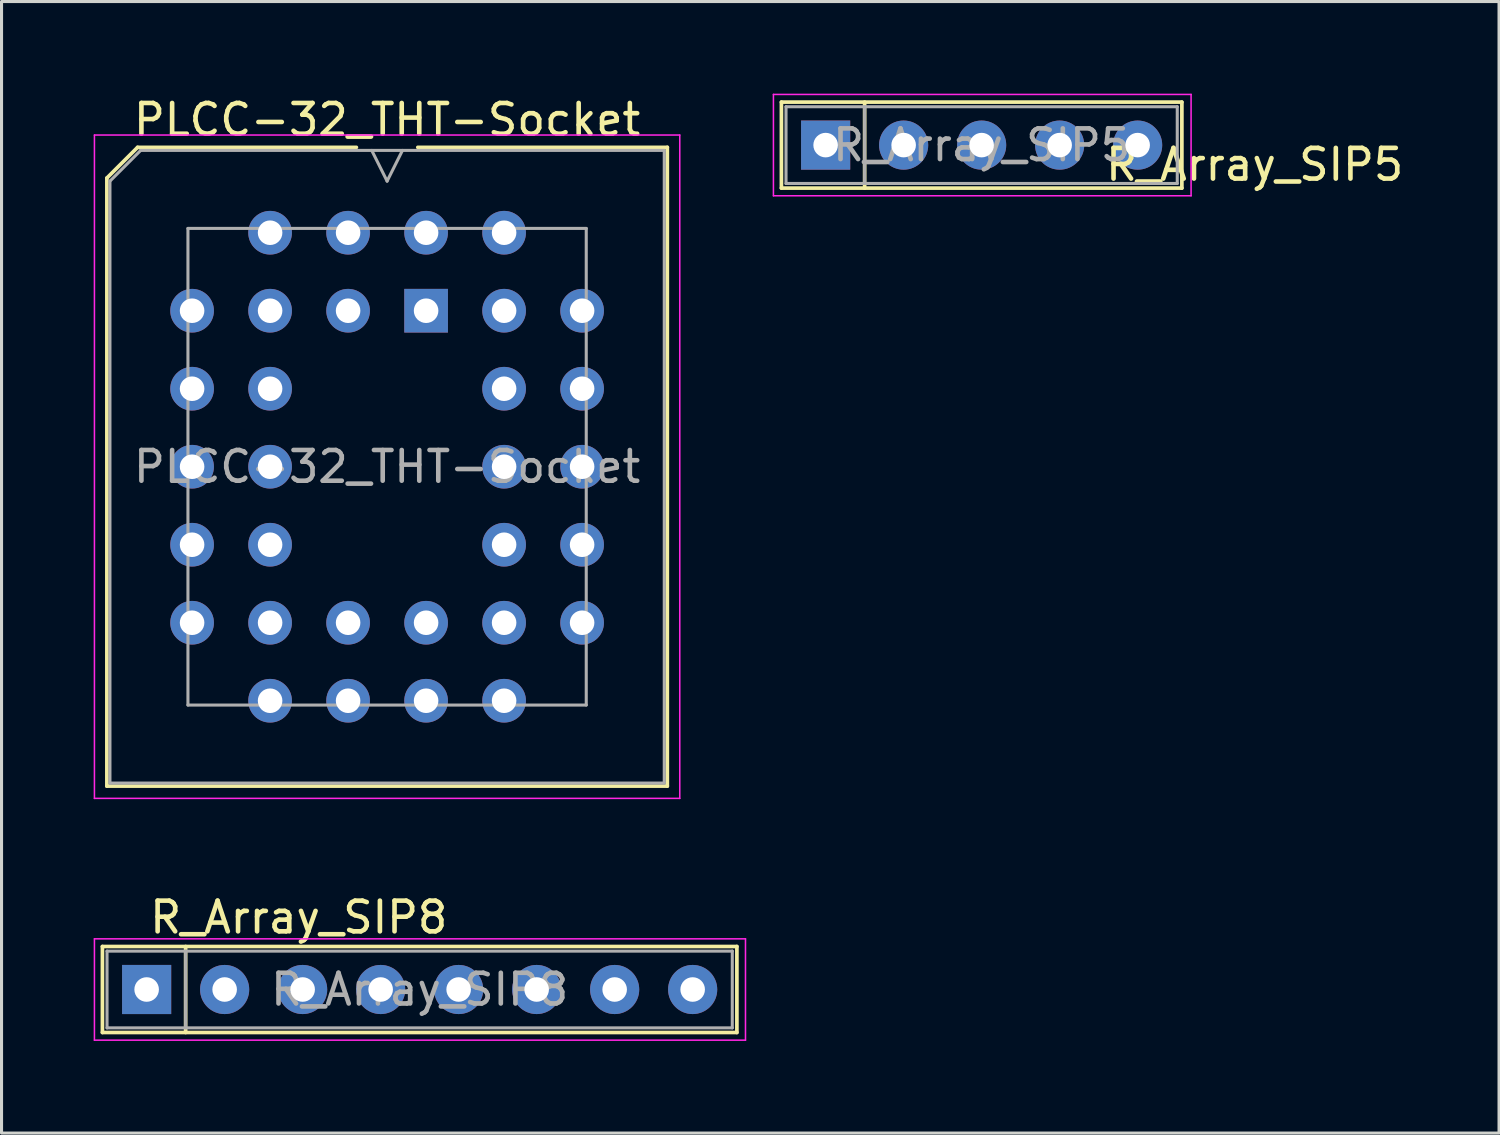
<source format=kicad_pcb>
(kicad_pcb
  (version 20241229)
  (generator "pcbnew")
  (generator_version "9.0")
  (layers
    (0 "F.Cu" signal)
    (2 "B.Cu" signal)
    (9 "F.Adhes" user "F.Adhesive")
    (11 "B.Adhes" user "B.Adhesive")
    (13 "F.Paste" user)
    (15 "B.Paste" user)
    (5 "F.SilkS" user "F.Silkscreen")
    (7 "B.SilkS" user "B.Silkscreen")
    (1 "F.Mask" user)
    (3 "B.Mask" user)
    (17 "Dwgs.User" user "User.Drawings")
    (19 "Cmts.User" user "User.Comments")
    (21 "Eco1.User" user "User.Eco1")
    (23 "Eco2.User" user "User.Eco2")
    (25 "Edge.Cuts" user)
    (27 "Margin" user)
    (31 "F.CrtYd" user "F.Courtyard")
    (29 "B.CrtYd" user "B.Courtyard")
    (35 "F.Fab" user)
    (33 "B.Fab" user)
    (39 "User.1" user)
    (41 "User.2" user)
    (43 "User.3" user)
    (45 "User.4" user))
  (footprint "R_Array_SIP8"
    (layer "F.Cu")
    (at 1.725 29.171)
    (property "Reference" "R_Array_SIP8" (at 4.953 -2.349 0) (layer "F.SilkS") (effects (font (size 1 1) (thickness 0.15))))
    (attr through_hole)
    (fp_line (start -1.44 -1.4) (end -1.44 1.4) (stroke (width 0.12) (type solid)) (layer "F.SilkS"))
    (fp_line (start -1.44 1.4) (end 19.22 1.4) (stroke (width 0.12) (type solid)) (layer "F.SilkS"))
    (fp_line (start 1.27 -1.4) (end 1.27 1.4) (stroke (width 0.12) (type solid)) (layer "F.SilkS"))
    (fp_line (start 19.22 -1.4) (end -1.44 -1.4) (stroke (width 0.12) (type solid)) (layer "F.SilkS"))
    (fp_line (start 19.22 1.4) (end 19.22 -1.4) (stroke (width 0.12) (type solid)) (layer "F.SilkS"))
    (fp_line (start -1.7 -1.65) (end -1.7 1.65) (stroke (width 0.05) (type solid)) (layer "F.CrtYd"))
    (fp_line (start -1.7 1.65) (end 19.5 1.65) (stroke (width 0.05) (type solid)) (layer "F.CrtYd"))
    (fp_line (start 19.5 -1.65) (end -1.7 -1.65) (stroke (width 0.05) (type solid)) (layer "F.CrtYd"))
    (fp_line (start 19.5 1.65) (end 19.5 -1.65) (stroke (width 0.05) (type solid)) (layer "F.CrtYd"))
    (fp_line (start -1.29 -1.25) (end -1.29 1.25) (stroke (width 0.1) (type solid)) (layer "F.Fab"))
    (fp_line (start -1.29 1.25) (end 19.07 1.25) (stroke (width 0.1) (type solid)) (layer "F.Fab"))
    (fp_line (start 1.27 -1.25) (end 1.27 1.25) (stroke (width 0.1) (type solid)) (layer "F.Fab"))
    (fp_line (start 19.07 -1.25) (end -1.29 -1.25) (stroke (width 0.1) (type solid)) (layer "F.Fab"))
    (fp_line (start 19.07 1.25) (end 19.07 -1.25) (stroke (width 0.1) (type solid)) (layer "F.Fab"))
    (fp_text user "${REFERENCE}" (at 8.89 0 0) (layer "F.Fab") (effects (font (size 1 1) (thickness 0.15))))
    (pad "1" thru_hole rect (at 0 0) (size 1.6 1.6) (drill 0.8) (layers "*.Cu" "*.Mask"))
    (pad "2" thru_hole oval (at 2.54 0) (size 1.6 1.6) (drill 0.8) (layers "*.Cu" "*.Mask"))
    (pad "3" thru_hole oval (at 5.08 0) (size 1.6 1.6) (drill 0.8) (layers "*.Cu" "*.Mask"))
    (pad "4" thru_hole oval (at 7.62 0) (size 1.6 1.6) (drill 0.8) (layers "*.Cu" "*.Mask"))
    (pad "5" thru_hole oval (at 10.16 0) (size 1.6 1.6) (drill 0.8) (layers "*.Cu" "*.Mask"))
    (pad "6" thru_hole oval (at 12.7 0) (size 1.6 1.6) (drill 0.8) (layers "*.Cu" "*.Mask"))
    (pad "7" thru_hole oval (at 15.24 0) (size 1.6 1.6) (drill 0.8) (layers "*.Cu" "*.Mask"))
    (pad "8" thru_hole oval (at 17.78 0) (size 1.6 1.6) (drill 0.8) (layers "*.Cu" "*.Mask")))
  (footprint "PLCC-32_THT-Socket"
    (layer "F.Cu")
    (at 10.825 7.068)
    (property "Reference" "PLCC-32_THT-Socket" (at -1.27 -6.22 0) (layer "F.SilkS") (effects (font (size 1 1) (thickness 0.15))))
    (attr through_hole)
    (fp_line (start -10.395 -4.32) (end -10.395 15.48) (stroke (width 0.12) (type solid)) (layer "F.SilkS"))
    (fp_line (start -10.395 15.48) (end 7.855 15.48) (stroke (width 0.12) (type solid)) (layer "F.SilkS"))
    (fp_line (start -9.395 -5.32) (end -10.395 -4.32) (stroke (width 0.12) (type solid)) (layer "F.SilkS"))
    (fp_line (start -2.27 -5.32) (end -9.395 -5.32) (stroke (width 0.12) (type solid)) (layer "F.SilkS"))
    (fp_line (start 7.855 -5.32) (end -0.27 -5.32) (stroke (width 0.12) (type solid)) (layer "F.SilkS"))
    (fp_line (start 7.855 15.48) (end 7.855 -5.32) (stroke (width 0.12) (type solid)) (layer "F.SilkS"))
    (fp_line (start -10.8 -5.72) (end -10.8 15.88) (stroke (width 0.05) (type solid)) (layer "F.CrtYd"))
    (fp_line (start -10.8 15.88) (end 8.26 15.88) (stroke (width 0.05) (type solid)) (layer "F.CrtYd"))
    (fp_line (start 8.26 -5.72) (end -10.8 -5.72) (stroke (width 0.05) (type solid)) (layer "F.CrtYd"))
    (fp_line (start 8.26 15.88) (end 8.26 -5.72) (stroke (width 0.05) (type solid)) (layer "F.CrtYd"))
    (fp_line (start -10.295 -4.22) (end -10.295 15.38) (stroke (width 0.1) (type solid)) (layer "F.Fab"))
    (fp_line (start -10.295 15.38) (end 7.755 15.38) (stroke (width 0.1) (type solid)) (layer "F.Fab"))
    (fp_line (start -9.295 -5.22) (end -10.295 -4.22) (stroke (width 0.1) (type solid)) (layer "F.Fab"))
    (fp_line (start -7.755 -2.68) (end -7.755 12.84) (stroke (width 0.1) (type solid)) (layer "F.Fab"))
    (fp_line (start -7.755 12.84) (end 5.215 12.84) (stroke (width 0.1) (type solid)) (layer "F.Fab"))
    (fp_line (start -1.77 -5.22) (end -1.27 -4.22) (stroke (width 0.1) (type solid)) (layer "F.Fab"))
    (fp_line (start -1.27 -4.22) (end -0.77 -5.22) (stroke (width 0.1) (type solid)) (layer "F.Fab"))
    (fp_line (start 5.215 -2.68) (end -7.755 -2.68) (stroke (width 0.1) (type solid)) (layer "F.Fab"))
    (fp_line (start 5.215 12.84) (end 5.215 -2.68) (stroke (width 0.1) (type solid)) (layer "F.Fab"))
    (fp_line (start 7.755 -5.22) (end -9.295 -5.22) (stroke (width 0.1) (type solid)) (layer "F.Fab"))
    (fp_line (start 7.755 15.38) (end 7.755 -5.22) (stroke (width 0.1) (type solid)) (layer "F.Fab"))
    (fp_text user "${REFERENCE}" (at -1.27 5.08 0) (layer "F.Fab") (effects (font (size 1 1) (thickness 0.15))))
    (pad "1" thru_hole rect (at 0 0) (size 1.422 1.422) (drill 0.8) (layers "*.Cu" "*.Mask"))
    (pad "2" thru_hole circle (at -2.54 -2.54) (size 1.422 1.422) (drill 0.8) (layers "*.Cu" "*.Mask"))
    (pad "3" thru_hole circle (at -2.54 0) (size 1.422 1.422) (drill 0.8) (layers "*.Cu" "*.Mask"))
    (pad "4" thru_hole circle (at -5.08 -2.54) (size 1.422 1.422) (drill 0.8) (layers "*.Cu" "*.Mask"))
    (pad "5" thru_hole circle (at -7.62 0) (size 1.422 1.422) (drill 0.8) (layers "*.Cu" "*.Mask"))
    (pad "6" thru_hole circle (at -5.08 0) (size 1.422 1.422) (drill 0.8) (layers "*.Cu" "*.Mask"))
    (pad "7" thru_hole circle (at -7.62 2.54) (size 1.422 1.422) (drill 0.8) (layers "*.Cu" "*.Mask"))
    (pad "8" thru_hole circle (at -5.08 2.54) (size 1.422 1.422) (drill 0.8) (layers "*.Cu" "*.Mask"))
    (pad "9" thru_hole circle (at -7.62 5.08) (size 1.422 1.422) (drill 0.8) (layers "*.Cu" "*.Mask"))
    (pad "10" thru_hole circle (at -5.08 5.08) (size 1.422 1.422) (drill 0.8) (layers "*.Cu" "*.Mask"))
    (pad "11" thru_hole circle (at -7.62 7.62) (size 1.422 1.422) (drill 0.8) (layers "*.Cu" "*.Mask"))
    (pad "12" thru_hole circle (at -5.08 7.62) (size 1.422 1.422) (drill 0.8) (layers "*.Cu" "*.Mask"))
    (pad "13" thru_hole circle (at -7.62 10.16) (size 1.422 1.422) (drill 0.8) (layers "*.Cu" "*.Mask"))
    (pad "14" thru_hole circle (at -5.08 12.7) (size 1.422 1.422) (drill 0.8) (layers "*.Cu" "*.Mask"))
    (pad "15" thru_hole circle (at -5.08 10.16) (size 1.422 1.422) (drill 0.8) (layers "*.Cu" "*.Mask"))
    (pad "16" thru_hole circle (at -2.54 12.7) (size 1.422 1.422) (drill 0.8) (layers "*.Cu" "*.Mask"))
    (pad "17" thru_hole circle (at -2.54 10.16) (size 1.422 1.422) (drill 0.8) (layers "*.Cu" "*.Mask"))
    (pad "18" thru_hole circle (at 0 12.7) (size 1.422 1.422) (drill 0.8) (layers "*.Cu" "*.Mask"))
    (pad "19" thru_hole circle (at 0 10.16) (size 1.422 1.422) (drill 0.8) (layers "*.Cu" "*.Mask"))
    (pad "20" thru_hole circle (at 2.54 12.7) (size 1.422 1.422) (drill 0.8) (layers "*.Cu" "*.Mask"))
    (pad "21" thru_hole circle (at 5.08 10.16) (size 1.422 1.422) (drill 0.8) (layers "*.Cu" "*.Mask"))
    (pad "22" thru_hole circle (at 2.54 10.16) (size 1.422 1.422) (drill 0.8) (layers "*.Cu" "*.Mask"))
    (pad "23" thru_hole circle (at 5.08 7.62) (size 1.422 1.422) (drill 0.8) (layers "*.Cu" "*.Mask"))
    (pad "24" thru_hole circle (at 2.54 7.62) (size 1.422 1.422) (drill 0.8) (layers "*.Cu" "*.Mask"))
    (pad "25" thru_hole circle (at 5.08 5.08) (size 1.422 1.422) (drill 0.8) (layers "*.Cu" "*.Mask"))
    (pad "26" thru_hole circle (at 2.54 5.08) (size 1.422 1.422) (drill 0.8) (layers "*.Cu" "*.Mask"))
    (pad "27" thru_hole circle (at 5.08 2.54) (size 1.422 1.422) (drill 0.8) (layers "*.Cu" "*.Mask"))
    (pad "28" thru_hole circle (at 2.54 2.54) (size 1.422 1.422) (drill 0.8) (layers "*.Cu" "*.Mask"))
    (pad "29" thru_hole circle (at 5.08 0) (size 1.422 1.422) (drill 0.8) (layers "*.Cu" "*.Mask"))
    (pad "30" thru_hole circle (at 2.54 -2.54) (size 1.422 1.422) (drill 0.8) (layers "*.Cu" "*.Mask"))
    (pad "31" thru_hole circle (at 2.54 0) (size 1.422 1.422) (drill 0.8) (layers "*.Cu" "*.Mask"))
    (pad "32" thru_hole circle (at 0 -2.54) (size 1.422 1.422) (drill 0.8) (layers "*.Cu" "*.Mask")))
  (footprint "R_Array_SIP5"
    (layer "F.Cu")
    (at 23.835 1.675)
    (property "Reference" "R_Array_SIP5" (at 13.97 0.635 180) (layer "F.SilkS") (effects (font (size 1 1) (thickness 0.15))))
    (attr through_hole)
    (fp_line (start -1.44 -1.4) (end -1.44 1.4) (stroke (width 0.12) (type solid)) (layer "F.SilkS"))
    (fp_line (start -1.44 1.4) (end 11.6 1.4) (stroke (width 0.12) (type solid)) (layer "F.SilkS"))
    (fp_line (start 1.27 -1.4) (end 1.27 1.4) (stroke (width 0.12) (type solid)) (layer "F.SilkS"))
    (fp_line (start 11.6 -1.4) (end -1.44 -1.4) (stroke (width 0.12) (type solid)) (layer "F.SilkS"))
    (fp_line (start 11.6 1.4) (end 11.6 -1.4) (stroke (width 0.12) (type solid)) (layer "F.SilkS"))
    (fp_line (start -1.7 -1.65) (end -1.7 1.65) (stroke (width 0.05) (type solid)) (layer "F.CrtYd"))
    (fp_line (start -1.7 1.65) (end 11.9 1.65) (stroke (width 0.05) (type solid)) (layer "F.CrtYd"))
    (fp_line (start 11.9 -1.65) (end -1.7 -1.65) (stroke (width 0.05) (type solid)) (layer "F.CrtYd"))
    (fp_line (start 11.9 1.65) (end 11.9 -1.65) (stroke (width 0.05) (type solid)) (layer "F.CrtYd"))
    (fp_line (start -1.29 -1.25) (end -1.29 1.25) (stroke (width 0.1) (type solid)) (layer "F.Fab"))
    (fp_line (start -1.29 1.25) (end 11.45 1.25) (stroke (width 0.1) (type solid)) (layer "F.Fab"))
    (fp_line (start 1.27 -1.25) (end 1.27 1.25) (stroke (width 0.1) (type solid)) (layer "F.Fab"))
    (fp_line (start 11.45 -1.25) (end -1.29 -1.25) (stroke (width 0.1) (type solid)) (layer "F.Fab"))
    (fp_line (start 11.45 1.25) (end 11.45 -1.25) (stroke (width 0.1) (type solid)) (layer "F.Fab"))
    (fp_text user "${REFERENCE}" (at 5.08 0 180) (layer "F.Fab") (effects (font (size 1 1) (thickness 0.15))))
    (pad "1" thru_hole rect (at 0 0) (size 1.6 1.6) (drill 0.8) (layers "*.Cu" "*.Mask"))
    (pad "2" thru_hole oval (at 2.54 0) (size 1.6 1.6) (drill 0.8) (layers "*.Cu" "*.Mask"))
    (pad "3" thru_hole oval (at 5.08 0) (size 1.6 1.6) (drill 0.8) (layers "*.Cu" "*.Mask"))
    (pad "4" thru_hole oval (at 7.62 0) (size 1.6 1.6) (drill 0.8) (layers "*.Cu" "*.Mask"))
    (pad "5" thru_hole oval (at 10.16 0) (size 1.6 1.6) (drill 0.8) (layers "*.Cu" "*.Mask")))
  (gr_rect
    (start -3 -3)
    (end 45.763 33.846)
    (stroke (width 0.1) (type default))
    (fill no)
    (layer "Edge.Cuts")))
</source>
